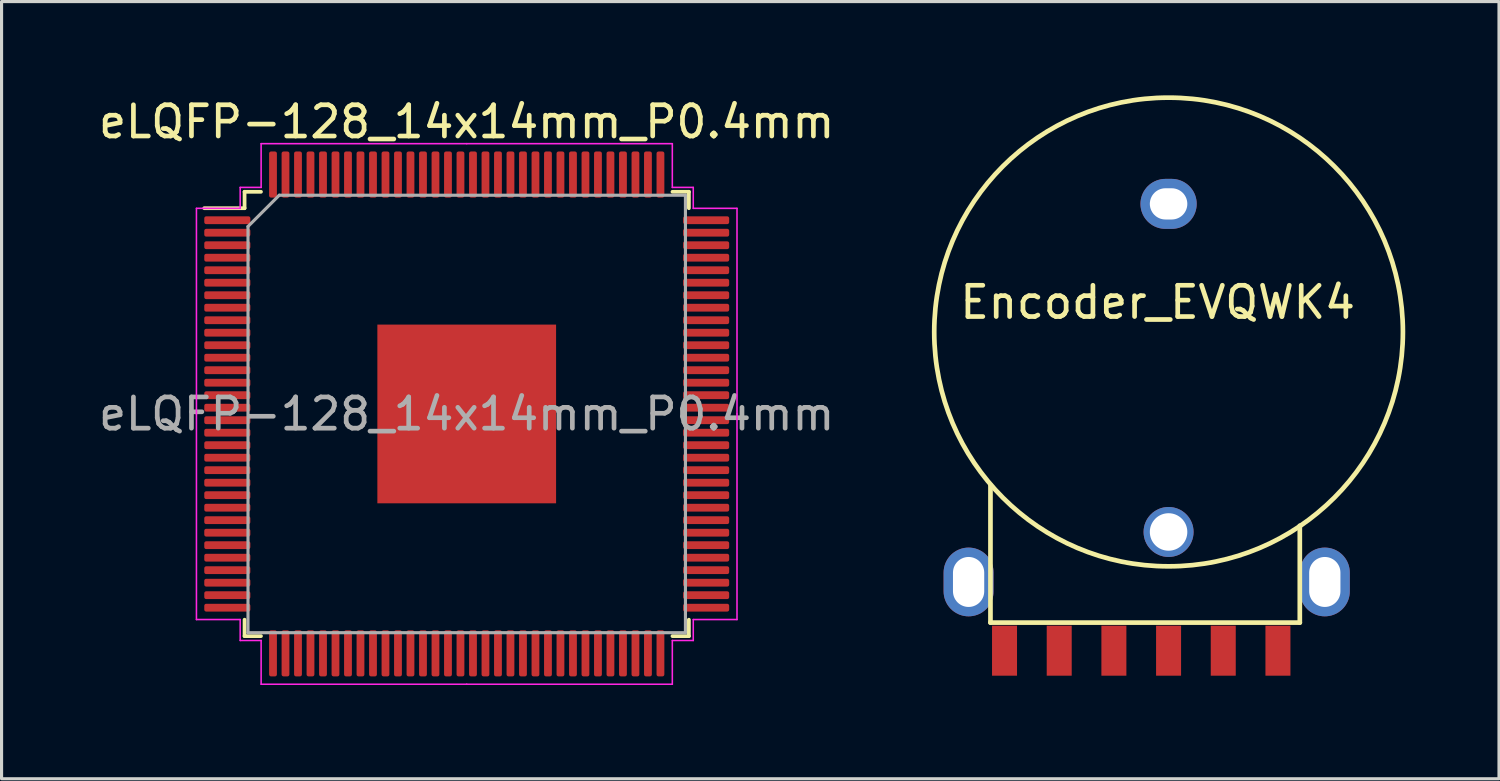
<source format=kicad_pcb>
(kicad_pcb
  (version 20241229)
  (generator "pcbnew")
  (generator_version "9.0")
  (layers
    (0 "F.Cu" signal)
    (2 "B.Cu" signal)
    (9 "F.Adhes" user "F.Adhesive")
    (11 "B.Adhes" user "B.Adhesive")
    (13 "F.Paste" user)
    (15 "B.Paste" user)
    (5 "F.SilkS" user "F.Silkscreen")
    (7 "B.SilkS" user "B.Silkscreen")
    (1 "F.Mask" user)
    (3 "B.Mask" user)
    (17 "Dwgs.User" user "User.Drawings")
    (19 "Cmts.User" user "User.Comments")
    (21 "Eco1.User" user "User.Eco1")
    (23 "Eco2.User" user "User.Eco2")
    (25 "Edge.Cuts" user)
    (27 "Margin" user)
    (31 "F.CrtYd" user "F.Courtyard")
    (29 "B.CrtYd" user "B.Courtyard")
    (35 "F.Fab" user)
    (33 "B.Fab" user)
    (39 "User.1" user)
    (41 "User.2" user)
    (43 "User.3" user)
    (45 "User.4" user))
  (footprint "Encoder_EVQWK4"
    (layer "F.Cu")
    (at 34.349 13.975)
    (property "Reference" "Encoder_EVQWK4" (at -0.35 -7.35 0) (layer "F.SilkS") (effects (font (size 1 1) (thickness 0.15))))
    (attr through_hole)
    (fp_line (start -5.7 -1.5) (end -5.7 2.9) (stroke (width 0.15) (type solid)) (layer "F.SilkS"))
    (fp_line (start -5.7 2.9) (end 4.2 2.9) (stroke (width 0.15) (type solid)) (layer "F.SilkS"))
    (fp_line (start 4.2 2.9) (end 4.2 -0.2) (stroke (width 0.15) (type solid)) (layer "F.SilkS"))
    (fp_circle (center 0 -6.4) (end 7.5 -6.4) (stroke (width 0.15) (type solid)) (fill no) (layer "F.SilkS"))
    (pad "A" smd rect (at -5.25 3.8) (size 0.8 1.6) (layers "F.Cu" "F.Mask" "F.Paste"))
    (pad "B" smd rect (at 3.5 3.8) (size 0.8 1.6) (layers "F.Cu" "F.Mask" "F.Paste"))
    (pad "C" smd rect (at -3.5 3.8) (size 0.8 1.6) (layers "F.Cu" "F.Mask" "F.Paste"))
    (pad "GND" thru_hole oval (at -6.4 1.6) (size 1.6 2.2) (drill oval 1 1.6) (layers "*.Cu" "*.Mask"))
    (pad "GND" thru_hole oval (at 0 -10.5) (size 1.8 1.6) (drill oval 1.2 1) (layers "*.Cu" "*.Mask"))
    (pad "GND" thru_hole oval (at 5 1.6) (size 1.6 2.2) (drill oval 1 1.6) (layers "*.Cu" "*.Mask"))
    (pad "PAD" thru_hole circle (at 0 0) (size 1.6 1.6) (drill 1.2) (layers "*.Cu" "*.Mask"))
    (pad "S1" smd rect (at -1.75 3.8) (size 0.8 1.6) (layers "F.Cu" "F.Mask" "F.Paste"))
    (pad "S1" smd rect (at 1.75 3.8) (size 0.8 1.6) (layers "F.Cu" "F.Mask" "F.Paste"))
    (pad "S2" smd rect (at 0 3.8) (size 0.8 1.6) (layers "F.Cu" "F.Mask" "F.Paste")))
  (footprint "eLQFP-128_14x14mm_P0.4mm"
    (layer "F.Cu")
    (at 11.887 10.198)
    (property "Reference" "eLQFP-128_14x14mm_P0.4mm" (at 0 -9.35 0) (layer "F.SilkS") (effects (font (size 1 1) (thickness 0.15))))
    (attr smd)
    (fp_line (start -7.11 -7.11) (end -7.11 -6.585) (stroke (width 0.12) (type solid)) (layer "F.SilkS"))
    (fp_line (start -7.11 -6.585) (end -8.4 -6.585) (stroke (width 0.12) (type solid)) (layer "F.SilkS"))
    (fp_line (start -7.11 7.11) (end -7.11 6.585) (stroke (width 0.12) (type solid)) (layer "F.SilkS"))
    (fp_line (start -6.585 -7.11) (end -7.11 -7.11) (stroke (width 0.12) (type solid)) (layer "F.SilkS"))
    (fp_line (start -6.585 7.11) (end -7.11 7.11) (stroke (width 0.12) (type solid)) (layer "F.SilkS"))
    (fp_line (start 6.585 -7.11) (end 7.11 -7.11) (stroke (width 0.12) (type solid)) (layer "F.SilkS"))
    (fp_line (start 6.585 7.11) (end 7.11 7.11) (stroke (width 0.12) (type solid)) (layer "F.SilkS"))
    (fp_line (start 7.11 -7.11) (end 7.11 -6.585) (stroke (width 0.12) (type solid)) (layer "F.SilkS"))
    (fp_line (start 7.11 7.11) (end 7.11 6.585) (stroke (width 0.12) (type solid)) (layer "F.SilkS"))
    (fp_line (start -8.65 -6.58) (end -8.65 0) (stroke (width 0.05) (type solid)) (layer "F.CrtYd"))
    (fp_line (start -8.65 6.58) (end -8.65 0) (stroke (width 0.05) (type solid)) (layer "F.CrtYd"))
    (fp_line (start -7.25 -7.25) (end -7.25 -6.58) (stroke (width 0.05) (type solid)) (layer "F.CrtYd"))
    (fp_line (start -7.25 -6.58) (end -8.65 -6.58) (stroke (width 0.05) (type solid)) (layer "F.CrtYd"))
    (fp_line (start -7.25 6.58) (end -8.65 6.58) (stroke (width 0.05) (type solid)) (layer "F.CrtYd"))
    (fp_line (start -7.25 7.25) (end -7.25 6.58) (stroke (width 0.05) (type solid)) (layer "F.CrtYd"))
    (fp_line (start -6.58 -8.65) (end -6.58 -7.25) (stroke (width 0.05) (type solid)) (layer "F.CrtYd"))
    (fp_line (start -6.58 -7.25) (end -7.25 -7.25) (stroke (width 0.05) (type solid)) (layer "F.CrtYd"))
    (fp_line (start -6.58 7.25) (end -7.25 7.25) (stroke (width 0.05) (type solid)) (layer "F.CrtYd"))
    (fp_line (start -6.58 8.65) (end -6.58 7.25) (stroke (width 0.05) (type solid)) (layer "F.CrtYd"))
    (fp_line (start 0 -8.65) (end -6.58 -8.65) (stroke (width 0.05) (type solid)) (layer "F.CrtYd"))
    (fp_line (start 0 -8.65) (end 6.58 -8.65) (stroke (width 0.05) (type solid)) (layer "F.CrtYd"))
    (fp_line (start 0 8.65) (end -6.58 8.65) (stroke (width 0.05) (type solid)) (layer "F.CrtYd"))
    (fp_line (start 0 8.65) (end 6.58 8.65) (stroke (width 0.05) (type solid)) (layer "F.CrtYd"))
    (fp_line (start 6.58 -8.65) (end 6.58 -7.25) (stroke (width 0.05) (type solid)) (layer "F.CrtYd"))
    (fp_line (start 6.58 -7.25) (end 7.25 -7.25) (stroke (width 0.05) (type solid)) (layer "F.CrtYd"))
    (fp_line (start 6.58 7.25) (end 7.25 7.25) (stroke (width 0.05) (type solid)) (layer "F.CrtYd"))
    (fp_line (start 6.58 8.65) (end 6.58 7.25) (stroke (width 0.05) (type solid)) (layer "F.CrtYd"))
    (fp_line (start 7.25 -7.25) (end 7.25 -6.58) (stroke (width 0.05) (type solid)) (layer "F.CrtYd"))
    (fp_line (start 7.25 -6.58) (end 8.65 -6.58) (stroke (width 0.05) (type solid)) (layer "F.CrtYd"))
    (fp_line (start 7.25 6.58) (end 8.65 6.58) (stroke (width 0.05) (type solid)) (layer "F.CrtYd"))
    (fp_line (start 7.25 7.25) (end 7.25 6.58) (stroke (width 0.05) (type solid)) (layer "F.CrtYd"))
    (fp_line (start 8.65 -6.58) (end 8.65 0) (stroke (width 0.05) (type solid)) (layer "F.CrtYd"))
    (fp_line (start 8.65 6.58) (end 8.65 0) (stroke (width 0.05) (type solid)) (layer "F.CrtYd"))
    (fp_line (start -7 -6) (end -6 -7) (stroke (width 0.1) (type solid)) (layer "F.Fab"))
    (fp_line (start -7 7) (end -7 -6) (stroke (width 0.1) (type solid)) (layer "F.Fab"))
    (fp_line (start -6 -7) (end 7 -7) (stroke (width 0.1) (type solid)) (layer "F.Fab"))
    (fp_line (start 7 -7) (end 7 7) (stroke (width 0.1) (type solid)) (layer "F.Fab"))
    (fp_line (start 7 7) (end -7 7) (stroke (width 0.1) (type solid)) (layer "F.Fab"))
    (fp_text user "${REFERENCE}" (at 0 0 0) (layer "F.Fab") (effects (font (size 1 1) (thickness 0.15))))
    (pad "1" smd roundrect (at -7.662 -6.2) (size 1.475 0.25) (layers "F.Cu" "F.Mask" "F.Paste") (roundrect_rratio 0.25))
    (pad "2" smd roundrect (at -7.662 -5.8) (size 1.475 0.25) (layers "F.Cu" "F.Mask" "F.Paste") (roundrect_rratio 0.25))
    (pad "3" smd roundrect (at -7.662 -5.4) (size 1.475 0.25) (layers "F.Cu" "F.Mask" "F.Paste") (roundrect_rratio 0.25))
    (pad "4" smd roundrect (at -7.662 -5) (size 1.475 0.25) (layers "F.Cu" "F.Mask" "F.Paste") (roundrect_rratio 0.25))
    (pad "5" smd roundrect (at -7.662 -4.6) (size 1.475 0.25) (layers "F.Cu" "F.Mask" "F.Paste") (roundrect_rratio 0.25))
    (pad "6" smd roundrect (at -7.662 -4.2) (size 1.475 0.25) (layers "F.Cu" "F.Mask" "F.Paste") (roundrect_rratio 0.25))
    (pad "7" smd roundrect (at -7.662 -3.8) (size 1.475 0.25) (layers "F.Cu" "F.Mask" "F.Paste") (roundrect_rratio 0.25))
    (pad "8" smd roundrect (at -7.662 -3.4) (size 1.475 0.25) (layers "F.Cu" "F.Mask" "F.Paste") (roundrect_rratio 0.25))
    (pad "9" smd roundrect (at -7.662 -3) (size 1.475 0.25) (layers "F.Cu" "F.Mask" "F.Paste") (roundrect_rratio 0.25))
    (pad "10" smd roundrect (at -7.662 -2.6) (size 1.475 0.25) (layers "F.Cu" "F.Mask" "F.Paste") (roundrect_rratio 0.25))
    (pad "11" smd roundrect (at -7.662 -2.2) (size 1.475 0.25) (layers "F.Cu" "F.Mask" "F.Paste") (roundrect_rratio 0.25))
    (pad "12" smd roundrect (at -7.662 -1.8) (size 1.475 0.25) (layers "F.Cu" "F.Mask" "F.Paste") (roundrect_rratio 0.25))
    (pad "13" smd roundrect (at -7.662 -1.4) (size 1.475 0.25) (layers "F.Cu" "F.Mask" "F.Paste") (roundrect_rratio 0.25))
    (pad "14" smd roundrect (at -7.662 -1) (size 1.475 0.25) (layers "F.Cu" "F.Mask" "F.Paste") (roundrect_rratio 0.25))
    (pad "15" smd roundrect (at -7.662 -0.6) (size 1.475 0.25) (layers "F.Cu" "F.Mask" "F.Paste") (roundrect_rratio 0.25))
    (pad "16" smd roundrect (at -7.662 -0.2) (size 1.475 0.25) (layers "F.Cu" "F.Mask" "F.Paste") (roundrect_rratio 0.25))
    (pad "17" smd roundrect (at -7.662 0.2) (size 1.475 0.25) (layers "F.Cu" "F.Mask" "F.Paste") (roundrect_rratio 0.25))
    (pad "18" smd roundrect (at -7.662 0.6) (size 1.475 0.25) (layers "F.Cu" "F.Mask" "F.Paste") (roundrect_rratio 0.25))
    (pad "19" smd roundrect (at -7.662 1) (size 1.475 0.25) (layers "F.Cu" "F.Mask" "F.Paste") (roundrect_rratio 0.25))
    (pad "20" smd roundrect (at -7.662 1.4) (size 1.475 0.25) (layers "F.Cu" "F.Mask" "F.Paste") (roundrect_rratio 0.25))
    (pad "21" smd roundrect (at -7.662 1.8) (size 1.475 0.25) (layers "F.Cu" "F.Mask" "F.Paste") (roundrect_rratio 0.25))
    (pad "22" smd roundrect (at -7.662 2.2) (size 1.475 0.25) (layers "F.Cu" "F.Mask" "F.Paste") (roundrect_rratio 0.25))
    (pad "23" smd roundrect (at -7.662 2.6) (size 1.475 0.25) (layers "F.Cu" "F.Mask" "F.Paste") (roundrect_rratio 0.25))
    (pad "24" smd roundrect (at -7.662 3) (size 1.475 0.25) (layers "F.Cu" "F.Mask" "F.Paste") (roundrect_rratio 0.25))
    (pad "25" smd roundrect (at -7.662 3.4) (size 1.475 0.25) (layers "F.Cu" "F.Mask" "F.Paste") (roundrect_rratio 0.25))
    (pad "26" smd roundrect (at -7.662 3.8) (size 1.475 0.25) (layers "F.Cu" "F.Mask" "F.Paste") (roundrect_rratio 0.25))
    (pad "27" smd roundrect (at -7.662 4.2) (size 1.475 0.25) (layers "F.Cu" "F.Mask" "F.Paste") (roundrect_rratio 0.25))
    (pad "28" smd roundrect (at -7.662 4.6) (size 1.475 0.25) (layers "F.Cu" "F.Mask" "F.Paste") (roundrect_rratio 0.25))
    (pad "29" smd roundrect (at -7.662 5) (size 1.475 0.25) (layers "F.Cu" "F.Mask" "F.Paste") (roundrect_rratio 0.25))
    (pad "30" smd roundrect (at -7.662 5.4) (size 1.475 0.25) (layers "F.Cu" "F.Mask" "F.Paste") (roundrect_rratio 0.25))
    (pad "31" smd roundrect (at -7.662 5.8) (size 1.475 0.25) (layers "F.Cu" "F.Mask" "F.Paste") (roundrect_rratio 0.25))
    (pad "32" smd roundrect (at -7.662 6.2) (size 1.475 0.25) (layers "F.Cu" "F.Mask" "F.Paste") (roundrect_rratio 0.25))
    (pad "33" smd roundrect (at -6.2 7.662) (size 0.25 1.475) (layers "F.Cu" "F.Mask" "F.Paste") (roundrect_rratio 0.25))
    (pad "34" smd roundrect (at -5.8 7.662) (size 0.25 1.475) (layers "F.Cu" "F.Mask" "F.Paste") (roundrect_rratio 0.25))
    (pad "35" smd roundrect (at -5.4 7.662) (size 0.25 1.475) (layers "F.Cu" "F.Mask" "F.Paste") (roundrect_rratio 0.25))
    (pad "36" smd roundrect (at -5 7.662) (size 0.25 1.475) (layers "F.Cu" "F.Mask" "F.Paste") (roundrect_rratio 0.25))
    (pad "37" smd roundrect (at -4.6 7.662) (size 0.25 1.475) (layers "F.Cu" "F.Mask" "F.Paste") (roundrect_rratio 0.25))
    (pad "38" smd roundrect (at -4.2 7.662) (size 0.25 1.475) (layers "F.Cu" "F.Mask" "F.Paste") (roundrect_rratio 0.25))
    (pad "39" smd roundrect (at -3.8 7.662) (size 0.25 1.475) (layers "F.Cu" "F.Mask" "F.Paste") (roundrect_rratio 0.25))
    (pad "40" smd roundrect (at -3.4 7.662) (size 0.25 1.475) (layers "F.Cu" "F.Mask" "F.Paste") (roundrect_rratio 0.25))
    (pad "41" smd roundrect (at -3 7.662) (size 0.25 1.475) (layers "F.Cu" "F.Mask" "F.Paste") (roundrect_rratio 0.25))
    (pad "42" smd roundrect (at -2.6 7.662) (size 0.25 1.475) (layers "F.Cu" "F.Mask" "F.Paste") (roundrect_rratio 0.25))
    (pad "43" smd roundrect (at -2.2 7.662) (size 0.25 1.475) (layers "F.Cu" "F.Mask" "F.Paste") (roundrect_rratio 0.25))
    (pad "44" smd roundrect (at -1.8 7.662) (size 0.25 1.475) (layers "F.Cu" "F.Mask" "F.Paste") (roundrect_rratio 0.25))
    (pad "45" smd roundrect (at -1.4 7.662) (size 0.25 1.475) (layers "F.Cu" "F.Mask" "F.Paste") (roundrect_rratio 0.25))
    (pad "46" smd roundrect (at -1 7.662) (size 0.25 1.475) (layers "F.Cu" "F.Mask" "F.Paste") (roundrect_rratio 0.25))
    (pad "47" smd roundrect (at -0.6 7.662) (size 0.25 1.475) (layers "F.Cu" "F.Mask" "F.Paste") (roundrect_rratio 0.25))
    (pad "48" smd roundrect (at -0.2 7.662) (size 0.25 1.475) (layers "F.Cu" "F.Mask" "F.Paste") (roundrect_rratio 0.25))
    (pad "49" smd roundrect (at 0.2 7.662) (size 0.25 1.475) (layers "F.Cu" "F.Mask" "F.Paste") (roundrect_rratio 0.25))
    (pad "50" smd roundrect (at 0.6 7.662) (size 0.25 1.475) (layers "F.Cu" "F.Mask" "F.Paste") (roundrect_rratio 0.25))
    (pad "51" smd roundrect (at 1 7.662) (size 0.25 1.475) (layers "F.Cu" "F.Mask" "F.Paste") (roundrect_rratio 0.25))
    (pad "52" smd roundrect (at 1.4 7.662) (size 0.25 1.475) (layers "F.Cu" "F.Mask" "F.Paste") (roundrect_rratio 0.25))
    (pad "53" smd roundrect (at 1.8 7.662) (size 0.25 1.475) (layers "F.Cu" "F.Mask" "F.Paste") (roundrect_rratio 0.25))
    (pad "54" smd roundrect (at 2.2 7.662) (size 0.25 1.475) (layers "F.Cu" "F.Mask" "F.Paste") (roundrect_rratio 0.25))
    (pad "55" smd roundrect (at 2.6 7.662) (size 0.25 1.475) (layers "F.Cu" "F.Mask" "F.Paste") (roundrect_rratio 0.25))
    (pad "56" smd roundrect (at 3 7.662) (size 0.25 1.475) (layers "F.Cu" "F.Mask" "F.Paste") (roundrect_rratio 0.25))
    (pad "57" smd roundrect (at 3.4 7.662) (size 0.25 1.475) (layers "F.Cu" "F.Mask" "F.Paste") (roundrect_rratio 0.25))
    (pad "58" smd roundrect (at 3.8 7.662) (size 0.25 1.475) (layers "F.Cu" "F.Mask" "F.Paste") (roundrect_rratio 0.25))
    (pad "59" smd roundrect (at 4.2 7.662) (size 0.25 1.475) (layers "F.Cu" "F.Mask" "F.Paste") (roundrect_rratio 0.25))
    (pad "60" smd roundrect (at 4.6 7.662) (size 0.25 1.475) (layers "F.Cu" "F.Mask" "F.Paste") (roundrect_rratio 0.25))
    (pad "61" smd roundrect (at 5 7.662) (size 0.25 1.475) (layers "F.Cu" "F.Mask" "F.Paste") (roundrect_rratio 0.25))
    (pad "62" smd roundrect (at 5.4 7.662) (size 0.25 1.475) (layers "F.Cu" "F.Mask" "F.Paste") (roundrect_rratio 0.25))
    (pad "63" smd roundrect (at 5.8 7.662) (size 0.25 1.475) (layers "F.Cu" "F.Mask" "F.Paste") (roundrect_rratio 0.25))
    (pad "64" smd roundrect (at 6.2 7.662) (size 0.25 1.475) (layers "F.Cu" "F.Mask" "F.Paste") (roundrect_rratio 0.25))
    (pad "65" smd roundrect (at 7.662 6.2) (size 1.475 0.25) (layers "F.Cu" "F.Mask" "F.Paste") (roundrect_rratio 0.25))
    (pad "66" smd roundrect (at 7.662 5.8) (size 1.475 0.25) (layers "F.Cu" "F.Mask" "F.Paste") (roundrect_rratio 0.25))
    (pad "67" smd roundrect (at 7.662 5.4) (size 1.475 0.25) (layers "F.Cu" "F.Mask" "F.Paste") (roundrect_rratio 0.25))
    (pad "68" smd roundrect (at 7.662 5) (size 1.475 0.25) (layers "F.Cu" "F.Mask" "F.Paste") (roundrect_rratio 0.25))
    (pad "69" smd roundrect (at 7.662 4.6) (size 1.475 0.25) (layers "F.Cu" "F.Mask" "F.Paste") (roundrect_rratio 0.25))
    (pad "70" smd roundrect (at 7.662 4.2) (size 1.475 0.25) (layers "F.Cu" "F.Mask" "F.Paste") (roundrect_rratio 0.25))
    (pad "71" smd roundrect (at 7.662 3.8) (size 1.475 0.25) (layers "F.Cu" "F.Mask" "F.Paste") (roundrect_rratio 0.25))
    (pad "72" smd roundrect (at 7.662 3.4) (size 1.475 0.25) (layers "F.Cu" "F.Mask" "F.Paste") (roundrect_rratio 0.25))
    (pad "73" smd roundrect (at 7.662 3) (size 1.475 0.25) (layers "F.Cu" "F.Mask" "F.Paste") (roundrect_rratio 0.25))
    (pad "74" smd roundrect (at 7.662 2.6) (size 1.475 0.25) (layers "F.Cu" "F.Mask" "F.Paste") (roundrect_rratio 0.25))
    (pad "75" smd roundrect (at 7.662 2.2) (size 1.475 0.25) (layers "F.Cu" "F.Mask" "F.Paste") (roundrect_rratio 0.25))
    (pad "76" smd roundrect (at 7.662 1.8) (size 1.475 0.25) (layers "F.Cu" "F.Mask" "F.Paste") (roundrect_rratio 0.25))
    (pad "77" smd roundrect (at 7.662 1.4) (size 1.475 0.25) (layers "F.Cu" "F.Mask" "F.Paste") (roundrect_rratio 0.25))
    (pad "78" smd roundrect (at 7.662 1) (size 1.475 0.25) (layers "F.Cu" "F.Mask" "F.Paste") (roundrect_rratio 0.25))
    (pad "79" smd roundrect (at 7.662 0.6) (size 1.475 0.25) (layers "F.Cu" "F.Mask" "F.Paste") (roundrect_rratio 0.25))
    (pad "80" smd roundrect (at 7.662 0.2) (size 1.475 0.25) (layers "F.Cu" "F.Mask" "F.Paste") (roundrect_rratio 0.25))
    (pad "81" smd roundrect (at 7.662 -0.2) (size 1.475 0.25) (layers "F.Cu" "F.Mask" "F.Paste") (roundrect_rratio 0.25))
    (pad "82" smd roundrect (at 7.662 -0.6) (size 1.475 0.25) (layers "F.Cu" "F.Mask" "F.Paste") (roundrect_rratio 0.25))
    (pad "83" smd roundrect (at 7.662 -1) (size 1.475 0.25) (layers "F.Cu" "F.Mask" "F.Paste") (roundrect_rratio 0.25))
    (pad "84" smd roundrect (at 7.662 -1.4) (size 1.475 0.25) (layers "F.Cu" "F.Mask" "F.Paste") (roundrect_rratio 0.25))
    (pad "85" smd roundrect (at 7.662 -1.8) (size 1.475 0.25) (layers "F.Cu" "F.Mask" "F.Paste") (roundrect_rratio 0.25))
    (pad "86" smd roundrect (at 7.662 -2.2) (size 1.475 0.25) (layers "F.Cu" "F.Mask" "F.Paste") (roundrect_rratio 0.25))
    (pad "87" smd roundrect (at 7.662 -2.6) (size 1.475 0.25) (layers "F.Cu" "F.Mask" "F.Paste") (roundrect_rratio 0.25))
    (pad "88" smd roundrect (at 7.662 -3) (size 1.475 0.25) (layers "F.Cu" "F.Mask" "F.Paste") (roundrect_rratio 0.25))
    (pad "89" smd roundrect (at 7.662 -3.4) (size 1.475 0.25) (layers "F.Cu" "F.Mask" "F.Paste") (roundrect_rratio 0.25))
    (pad "90" smd roundrect (at 7.662 -3.8) (size 1.475 0.25) (layers "F.Cu" "F.Mask" "F.Paste") (roundrect_rratio 0.25))
    (pad "91" smd roundrect (at 7.662 -4.2) (size 1.475 0.25) (layers "F.Cu" "F.Mask" "F.Paste") (roundrect_rratio 0.25))
    (pad "92" smd roundrect (at 7.662 -4.6) (size 1.475 0.25) (layers "F.Cu" "F.Mask" "F.Paste") (roundrect_rratio 0.25))
    (pad "93" smd roundrect (at 7.662 -5) (size 1.475 0.25) (layers "F.Cu" "F.Mask" "F.Paste") (roundrect_rratio 0.25))
    (pad "94" smd roundrect (at 7.662 -5.4) (size 1.475 0.25) (layers "F.Cu" "F.Mask" "F.Paste") (roundrect_rratio 0.25))
    (pad "95" smd roundrect (at 7.662 -5.8) (size 1.475 0.25) (layers "F.Cu" "F.Mask" "F.Paste") (roundrect_rratio 0.25))
    (pad "96" smd roundrect (at 7.662 -6.2) (size 1.475 0.25) (layers "F.Cu" "F.Mask" "F.Paste") (roundrect_rratio 0.25))
    (pad "97" smd roundrect (at 6.2 -7.662) (size 0.25 1.475) (layers "F.Cu" "F.Mask" "F.Paste") (roundrect_rratio 0.25))
    (pad "98" smd roundrect (at 5.8 -7.662) (size 0.25 1.475) (layers "F.Cu" "F.Mask" "F.Paste") (roundrect_rratio 0.25))
    (pad "99" smd roundrect (at 5.4 -7.662) (size 0.25 1.475) (layers "F.Cu" "F.Mask" "F.Paste") (roundrect_rratio 0.25))
    (pad "100" smd roundrect (at 5 -7.662) (size 0.25 1.475) (layers "F.Cu" "F.Mask" "F.Paste") (roundrect_rratio 0.25))
    (pad "101" smd roundrect (at 4.6 -7.662) (size 0.25 1.475) (layers "F.Cu" "F.Mask" "F.Paste") (roundrect_rratio 0.25))
    (pad "102" smd roundrect (at 4.2 -7.662) (size 0.25 1.475) (layers "F.Cu" "F.Mask" "F.Paste") (roundrect_rratio 0.25))
    (pad "103" smd roundrect (at 3.8 -7.662) (size 0.25 1.475) (layers "F.Cu" "F.Mask" "F.Paste") (roundrect_rratio 0.25))
    (pad "104" smd roundrect (at 3.4 -7.662) (size 0.25 1.475) (layers "F.Cu" "F.Mask" "F.Paste") (roundrect_rratio 0.25))
    (pad "105" smd roundrect (at 3 -7.662) (size 0.25 1.475) (layers "F.Cu" "F.Mask" "F.Paste") (roundrect_rratio 0.25))
    (pad "106" smd roundrect (at 2.6 -7.662) (size 0.25 1.475) (layers "F.Cu" "F.Mask" "F.Paste") (roundrect_rratio 0.25))
    (pad "107" smd roundrect (at 2.2 -7.662) (size 0.25 1.475) (layers "F.Cu" "F.Mask" "F.Paste") (roundrect_rratio 0.25))
    (pad "108" smd roundrect (at 1.8 -7.662) (size 0.25 1.475) (layers "F.Cu" "F.Mask" "F.Paste") (roundrect_rratio 0.25))
    (pad "109" smd roundrect (at 1.4 -7.662) (size 0.25 1.475) (layers "F.Cu" "F.Mask" "F.Paste") (roundrect_rratio 0.25))
    (pad "110" smd roundrect (at 1 -7.662) (size 0.25 1.475) (layers "F.Cu" "F.Mask" "F.Paste") (roundrect_rratio 0.25))
    (pad "111" smd roundrect (at 0.6 -7.662) (size 0.25 1.475) (layers "F.Cu" "F.Mask" "F.Paste") (roundrect_rratio 0.25))
    (pad "112" smd roundrect (at 0.2 -7.662) (size 0.25 1.475) (layers "F.Cu" "F.Mask" "F.Paste") (roundrect_rratio 0.25))
    (pad "113" smd roundrect (at -0.2 -7.662) (size 0.25 1.475) (layers "F.Cu" "F.Mask" "F.Paste") (roundrect_rratio 0.25))
    (pad "114" smd roundrect (at -0.6 -7.662) (size 0.25 1.475) (layers "F.Cu" "F.Mask" "F.Paste") (roundrect_rratio 0.25))
    (pad "115" smd roundrect (at -1 -7.662) (size 0.25 1.475) (layers "F.Cu" "F.Mask" "F.Paste") (roundrect_rratio 0.25))
    (pad "116" smd roundrect (at -1.4 -7.662) (size 0.25 1.475) (layers "F.Cu" "F.Mask" "F.Paste") (roundrect_rratio 0.25))
    (pad "117" smd roundrect (at -1.8 -7.662) (size 0.25 1.475) (layers "F.Cu" "F.Mask" "F.Paste") (roundrect_rratio 0.25))
    (pad "118" smd roundrect (at -2.2 -7.662) (size 0.25 1.475) (layers "F.Cu" "F.Mask" "F.Paste") (roundrect_rratio 0.25))
    (pad "119" smd roundrect (at -2.6 -7.662) (size 0.25 1.475) (layers "F.Cu" "F.Mask" "F.Paste") (roundrect_rratio 0.25))
    (pad "120" smd roundrect (at -3 -7.662) (size 0.25 1.475) (layers "F.Cu" "F.Mask" "F.Paste") (roundrect_rratio 0.25))
    (pad "121" smd roundrect (at -3.4 -7.662) (size 0.25 1.475) (layers "F.Cu" "F.Mask" "F.Paste") (roundrect_rratio 0.25))
    (pad "122" smd roundrect (at -3.8 -7.662) (size 0.25 1.475) (layers "F.Cu" "F.Mask" "F.Paste") (roundrect_rratio 0.25))
    (pad "123" smd roundrect (at -4.2 -7.662) (size 0.25 1.475) (layers "F.Cu" "F.Mask" "F.Paste") (roundrect_rratio 0.25))
    (pad "124" smd roundrect (at -4.6 -7.662) (size 0.25 1.475) (layers "F.Cu" "F.Mask" "F.Paste") (roundrect_rratio 0.25))
    (pad "125" smd roundrect (at -5 -7.662) (size 0.25 1.475) (layers "F.Cu" "F.Mask" "F.Paste") (roundrect_rratio 0.25))
    (pad "126" smd roundrect (at -5.4 -7.662) (size 0.25 1.475) (layers "F.Cu" "F.Mask" "F.Paste") (roundrect_rratio 0.25))
    (pad "127" smd roundrect (at -5.8 -7.662) (size 0.25 1.475) (layers "F.Cu" "F.Mask" "F.Paste") (roundrect_rratio 0.25))
    (pad "128" smd roundrect (at -6.2 -7.662) (size 0.25 1.475) (layers "F.Cu" "F.Mask" "F.Paste") (roundrect_rratio 0.25))
    (pad "PAD" smd rect (at 0 0) (size 5.72 5.72) (layers "F.Cu" "F.Mask" "F.Paste")))
  (gr_rect
    (start -3 -3)
    (end 44.924 21.873)
    (stroke (width 0.1) (type default))
    (fill no)
    (layer "Edge.Cuts")))
</source>
